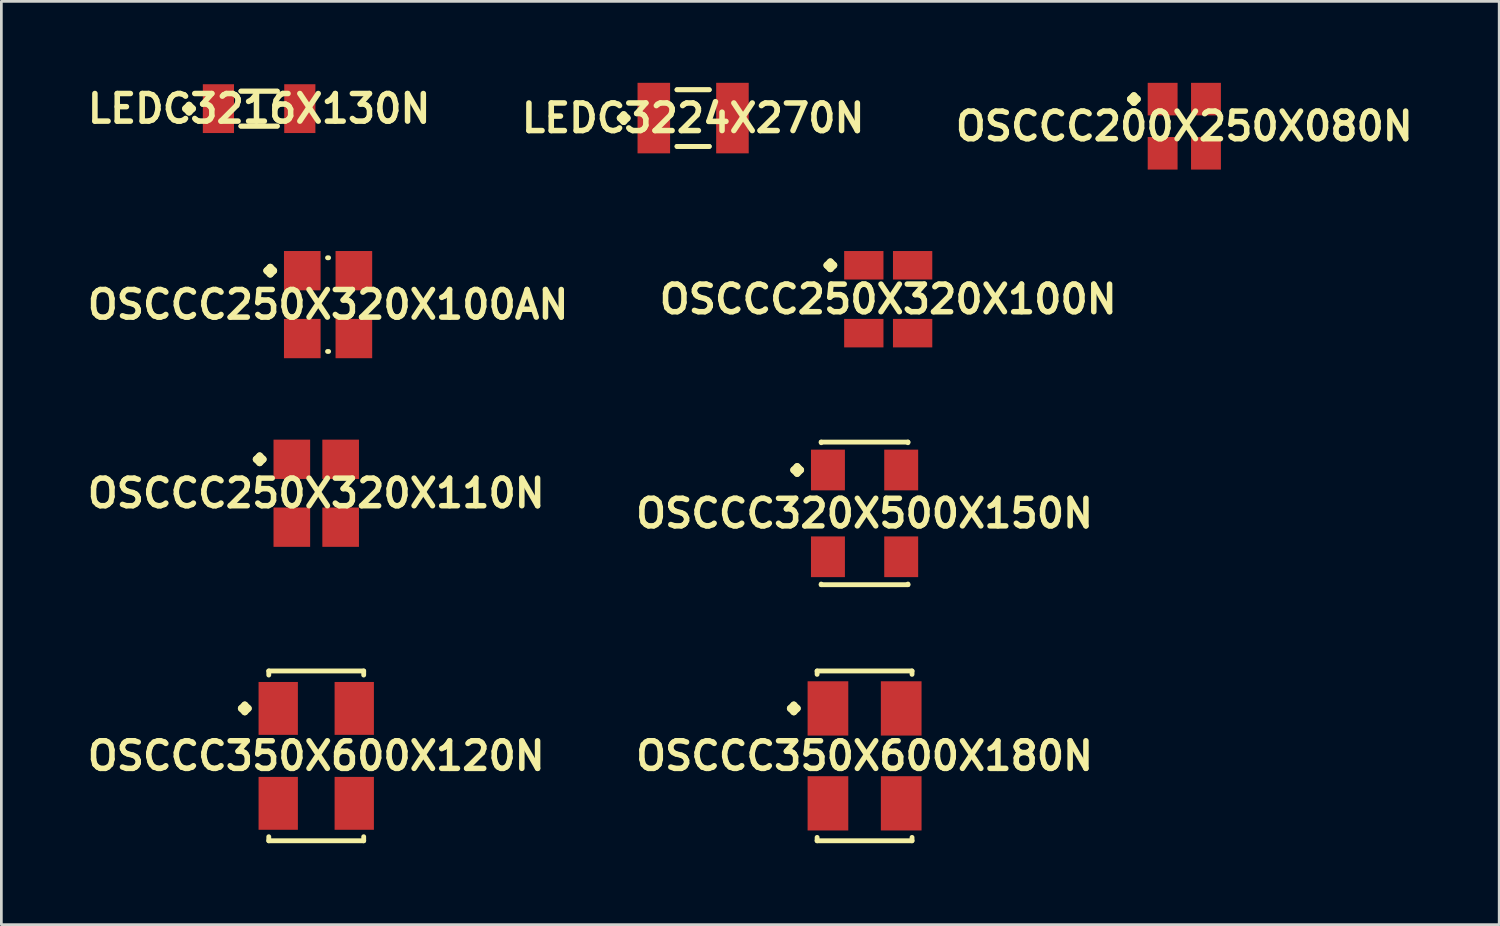
<source format=kicad_pcb>
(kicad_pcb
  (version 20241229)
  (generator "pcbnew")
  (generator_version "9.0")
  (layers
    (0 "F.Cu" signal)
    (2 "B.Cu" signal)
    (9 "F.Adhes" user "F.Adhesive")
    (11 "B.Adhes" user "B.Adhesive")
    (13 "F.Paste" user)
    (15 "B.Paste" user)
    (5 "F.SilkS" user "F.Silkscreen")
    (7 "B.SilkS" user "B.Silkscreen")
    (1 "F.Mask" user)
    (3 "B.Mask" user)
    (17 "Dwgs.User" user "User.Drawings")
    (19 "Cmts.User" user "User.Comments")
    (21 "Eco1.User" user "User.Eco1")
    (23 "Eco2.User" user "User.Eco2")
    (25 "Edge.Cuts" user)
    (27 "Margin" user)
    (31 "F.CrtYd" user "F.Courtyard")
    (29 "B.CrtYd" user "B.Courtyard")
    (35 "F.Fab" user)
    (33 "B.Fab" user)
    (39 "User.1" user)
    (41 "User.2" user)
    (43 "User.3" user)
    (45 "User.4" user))
  (footprint "OSCCC350X600X120N"
    (layer "F.Cu")
    (at 8.597 24.789)
    (property "Reference" "OSCCC350X600X120N" (at 0 0 0) (layer "F.SilkS") (effects (font (size 1.016 1.016) (thickness 0.203))))
    (attr smd)
    (fp_line (start -2.758 -1.748) (end -2.631 -1.875) (stroke (width 0.254) (type solid)) (layer "F.SilkS"))
    (fp_line (start -2.631 -1.875) (end -2.504 -1.748) (stroke (width 0.254) (type solid)) (layer "F.SilkS"))
    (fp_line (start -2.631 -1.621) (end -2.758 -1.748) (stroke (width 0.254) (type solid)) (layer "F.SilkS"))
    (fp_line (start -2.504 -1.748) (end -2.631 -1.621) (stroke (width 0.254) (type solid)) (layer "F.SilkS"))
    (fp_line (start -1.748 -3.127) (end 1.748 -3.127) (stroke (width 0.178) (type solid)) (layer "F.SilkS"))
    (fp_line (start -1.748 -2.977) (end -1.748 -3.127) (stroke (width 0.178) (type solid)) (layer "F.SilkS"))
    (fp_line (start -1.748 2.977) (end -1.748 3.127) (stroke (width 0.178) (type solid)) (layer "F.SilkS"))
    (fp_line (start -1.748 3.127) (end 1.748 3.127) (stroke (width 0.178) (type solid)) (layer "F.SilkS"))
    (fp_line (start 1.748 -3.127) (end 1.748 -2.977) (stroke (width 0.178) (type solid)) (layer "F.SilkS"))
    (fp_line (start 1.748 3.127) (end 1.748 2.977) (stroke (width 0.178) (type solid)) (layer "F.SilkS"))
    (pad "1" smd rect (at -1.4 -1.748) (size 1.448 1.948) (layers "F.Cu" "F.Mask" "F.Paste"))
    (pad "2" smd rect (at -1.4 1.748) (size 1.448 1.948) (layers "F.Cu" "F.Mask" "F.Paste"))
    (pad "3" smd rect (at 1.4 1.748) (size 1.448 1.948) (layers "F.Cu" "F.Mask" "F.Paste"))
    (pad "4" smd rect (at 1.4 -1.748) (size 1.448 1.948) (layers "F.Cu" "F.Mask" "F.Paste")))
  (footprint "OSCCC250X320X100N"
    (layer "F.Cu")
    (at 29.663 7.97)
    (property "Reference" "OSCCC250X320X100N" (at 0 0 0) (layer "F.SilkS") (effects (font (size 1.016 1.016) (thickness 0.203))))
    (attr smd)
    (fp_line (start -2.258 -1.25) (end -2.131 -1.377) (stroke (width 0.254) (type solid)) (layer "F.SilkS"))
    (fp_line (start -2.131 -1.377) (end -2.004 -1.25) (stroke (width 0.254) (type solid)) (layer "F.SilkS"))
    (fp_line (start -2.131 -1.123) (end -2.258 -1.25) (stroke (width 0.254) (type solid)) (layer "F.SilkS"))
    (fp_line (start -2.004 -1.25) (end -2.131 -1.123) (stroke (width 0.254) (type solid)) (layer "F.SilkS"))
    (pad "1" smd rect (at -0.899 -1.25) (size 1.448 1.049) (layers "F.Cu" "F.Mask" "F.Paste"))
    (pad "2" smd rect (at -0.899 1.25) (size 1.448 1.049) (layers "F.Cu" "F.Mask" "F.Paste"))
    (pad "3" smd rect (at 0.899 1.25) (size 1.448 1.049) (layers "F.Cu" "F.Mask" "F.Paste"))
    (pad "4" smd rect (at 0.899 -1.25) (size 1.448 1.049) (layers "F.Cu" "F.Mask" "F.Paste")))
  (footprint "OSCCC350X600X180N"
    (layer "F.Cu")
    (at 28.792 24.789)
    (property "Reference" "OSCCC350X600X180N" (at 0 0 0) (layer "F.SilkS") (effects (font (size 1.016 1.016) (thickness 0.203))))
    (attr smd)
    (fp_line (start -2.733 -1.748) (end -2.606 -1.875) (stroke (width 0.254) (type solid)) (layer "F.SilkS"))
    (fp_line (start -2.606 -1.875) (end -2.479 -1.748) (stroke (width 0.254) (type solid)) (layer "F.SilkS"))
    (fp_line (start -2.606 -1.621) (end -2.733 -1.748) (stroke (width 0.254) (type solid)) (layer "F.SilkS"))
    (fp_line (start -2.479 -1.748) (end -2.606 -1.621) (stroke (width 0.254) (type solid)) (layer "F.SilkS"))
    (fp_line (start -1.748 -3.127) (end 1.748 -3.127) (stroke (width 0.178) (type solid)) (layer "F.SilkS"))
    (fp_line (start -1.748 -3.002) (end -1.748 -3.127) (stroke (width 0.178) (type solid)) (layer "F.SilkS"))
    (fp_line (start -1.748 3.002) (end -1.748 3.127) (stroke (width 0.178) (type solid)) (layer "F.SilkS"))
    (fp_line (start -1.748 3.127) (end 1.748 3.127) (stroke (width 0.178) (type solid)) (layer "F.SilkS"))
    (fp_line (start 1.748 -3.127) (end 1.748 -3.002) (stroke (width 0.178) (type solid)) (layer "F.SilkS"))
    (fp_line (start 1.748 3.127) (end 1.748 3.002) (stroke (width 0.178) (type solid)) (layer "F.SilkS"))
    (pad "1" smd rect (at -1.349 -1.748) (size 1.499 1.999) (layers "F.Cu" "F.Mask" "F.Paste"))
    (pad "2" smd rect (at -1.349 1.748) (size 1.499 1.999) (layers "F.Cu" "F.Mask" "F.Paste"))
    (pad "3" smd rect (at 1.349 1.748) (size 1.499 1.999) (layers "F.Cu" "F.Mask" "F.Paste"))
    (pad "4" smd rect (at 1.349 -1.748) (size 1.499 1.999) (layers "F.Cu" "F.Mask" "F.Paste")))
  (footprint "LEDC3216X130N"
    (layer "F.Cu")
    (at 6.493 0.951)
    (property "Reference" "LEDC3216X130N" (at 0 0 0) (layer "F.SilkS") (effects (font (size 1.016 1.016) (thickness 0.203))))
    (attr smd)
    (fp_line (start -2.708 0) (end -2.581 -0.127) (stroke (width 0.254) (type solid)) (layer "F.SilkS"))
    (fp_line (start -2.581 -0.127) (end -2.454 0) (stroke (width 0.254) (type solid)) (layer "F.SilkS"))
    (fp_line (start -2.581 0.127) (end -2.708 0) (stroke (width 0.254) (type solid)) (layer "F.SilkS"))
    (fp_line (start -2.454 0) (end -2.581 0.127) (stroke (width 0.254) (type solid)) (layer "F.SilkS"))
    (fp_line (start -0.671 -0.645) (end 0.671 -0.645) (stroke (width 0.178) (type solid)) (layer "F.SilkS"))
    (fp_line (start -0.671 0.645) (end 0.671 0.645) (stroke (width 0.178) (type solid)) (layer "F.SilkS"))
    (fp_line (start 0.671 -0.645) (end -0.671 -0.645) (stroke (width 0.178) (type solid)) (layer "F.SilkS"))
    (fp_line (start 0.671 0.645) (end -0.671 0.645) (stroke (width 0.178) (type solid)) (layer "F.SilkS"))
    (pad "1" smd rect (at -1.499 0) (size 1.148 1.798) (layers "F.Cu" "F.Mask" "F.Paste"))
    (pad "2" smd rect (at 1.499 0) (size 1.148 1.798) (layers "F.Cu" "F.Mask" "F.Paste")))
  (footprint "OSCCC200X250X080N"
    (layer "F.Cu")
    (at 40.568 1.598)
    (property "Reference" "OSCCC200X250X080N" (at 0 0 0) (layer "F.SilkS") (effects (font (size 1.016 1.016) (thickness 0.203))))
    (attr smd)
    (fp_line (start -1.984 -0.998) (end -1.857 -1.125) (stroke (width 0.254) (type solid)) (layer "F.SilkS"))
    (fp_line (start -1.857 -1.125) (end -1.73 -0.998) (stroke (width 0.254) (type solid)) (layer "F.SilkS"))
    (fp_line (start -1.857 -0.871) (end -1.984 -0.998) (stroke (width 0.254) (type solid)) (layer "F.SilkS"))
    (fp_line (start -1.73 -0.998) (end -1.857 -0.871) (stroke (width 0.254) (type solid)) (layer "F.SilkS"))
    (pad "1" smd rect (at -0.798 -0.998) (size 1.1 1.199) (layers "F.Cu" "F.Mask" "F.Paste"))
    (pad "2" smd rect (at -0.798 0.998) (size 1.1 1.199) (layers "F.Cu" "F.Mask" "F.Paste"))
    (pad "3" smd rect (at 0.798 0.998) (size 1.1 1.199) (layers "F.Cu" "F.Mask" "F.Paste"))
    (pad "4" smd rect (at 0.798 -0.998) (size 1.1 1.199) (layers "F.Cu" "F.Mask" "F.Paste")))
  (footprint "OSCCC250X320X100AN"
    (layer "F.Cu")
    (at 9.033 8.169)
    (property "Reference" "OSCCC250X320X100AN" (at 0 0 0) (layer "F.SilkS") (effects (font (size 1.016 1.016) (thickness 0.203))))
    (attr smd)
    (fp_line (start -2.258 -1.25) (end -2.131 -1.377) (stroke (width 0.254) (type solid)) (layer "F.SilkS"))
    (fp_line (start -2.131 -1.377) (end -2.004 -1.25) (stroke (width 0.254) (type solid)) (layer "F.SilkS"))
    (fp_line (start -2.131 -1.123) (end -2.258 -1.25) (stroke (width 0.254) (type solid)) (layer "F.SilkS"))
    (fp_line (start -2.004 -1.25) (end -2.131 -1.123) (stroke (width 0.254) (type solid)) (layer "F.SilkS"))
    (fp_line (start -0.02 -1.725) (end 0.02 -1.725) (stroke (width 0.178) (type solid)) (layer "F.SilkS"))
    (fp_line (start -0.02 1.725) (end 0.02 1.725) (stroke (width 0.178) (type solid)) (layer "F.SilkS"))
    (pad "1" smd rect (at -0.95 -1.25) (size 1.349 1.448) (layers "F.Cu" "F.Mask" "F.Paste"))
    (pad "2" smd rect (at -0.95 1.25) (size 1.349 1.448) (layers "F.Cu" "F.Mask" "F.Paste"))
    (pad "3" smd rect (at 0.95 1.25) (size 1.349 1.448) (layers "F.Cu" "F.Mask" "F.Paste"))
    (pad "4" smd rect (at 0.95 -1.25) (size 1.349 1.448) (layers "F.Cu" "F.Mask" "F.Paste")))
  (footprint "OSCCC250X320X110N"
    (layer "F.Cu")
    (at 8.597 15.116)
    (property "Reference" "OSCCC250X320X110N" (at 0 0 0) (layer "F.SilkS") (effects (font (size 1.016 1.016) (thickness 0.203))))
    (attr smd)
    (fp_line (start -2.21 -1.25) (end -2.083 -1.377) (stroke (width 0.254) (type solid)) (layer "F.SilkS"))
    (fp_line (start -2.083 -1.377) (end -1.956 -1.25) (stroke (width 0.254) (type solid)) (layer "F.SilkS"))
    (fp_line (start -2.083 -1.123) (end -2.21 -1.25) (stroke (width 0.254) (type solid)) (layer "F.SilkS"))
    (fp_line (start -1.956 -1.25) (end -2.083 -1.123) (stroke (width 0.254) (type solid)) (layer "F.SilkS"))
    (pad "1" smd rect (at -0.899 -1.25) (size 1.349 1.448) (layers "F.Cu" "F.Mask" "F.Paste"))
    (pad "2" smd rect (at -0.899 1.25) (size 1.349 1.448) (layers "F.Cu" "F.Mask" "F.Paste"))
    (pad "3" smd rect (at 0.899 1.25) (size 1.349 1.448) (layers "F.Cu" "F.Mask" "F.Paste"))
    (pad "4" smd rect (at 0.899 -1.25) (size 1.349 1.448) (layers "F.Cu" "F.Mask" "F.Paste")))
  (footprint "LEDC3224X270N"
    (layer "F.Cu")
    (at 22.478 1.299)
    (property "Reference" "LEDC3224X270N" (at 0 0 0) (layer "F.SilkS") (effects (font (size 1.016 1.016) (thickness 0.203))))
    (attr smd)
    (fp_line (start -2.685 0) (end -2.558 -0.127) (stroke (width 0.254) (type solid)) (layer "F.SilkS"))
    (fp_line (start -2.558 -0.127) (end -2.431 0) (stroke (width 0.254) (type solid)) (layer "F.SilkS"))
    (fp_line (start -2.558 0.127) (end -2.685 0) (stroke (width 0.254) (type solid)) (layer "F.SilkS"))
    (fp_line (start -2.431 0) (end -2.558 0.127) (stroke (width 0.254) (type solid)) (layer "F.SilkS"))
    (fp_line (start -0.594 -1.044) (end 0.594 -1.044) (stroke (width 0.178) (type solid)) (layer "F.SilkS"))
    (fp_line (start -0.594 1.044) (end 0.594 1.044) (stroke (width 0.178) (type solid)) (layer "F.SilkS"))
    (fp_line (start 0.594 -1.044) (end -0.594 -1.044) (stroke (width 0.178) (type solid)) (layer "F.SilkS"))
    (fp_line (start 0.594 1.044) (end -0.594 1.044) (stroke (width 0.178) (type solid)) (layer "F.SilkS"))
    (pad "1" smd rect (at -1.448 0) (size 1.199 2.598) (layers "F.Cu" "F.Mask" "F.Paste"))
    (pad "2" smd rect (at 1.448 0) (size 1.199 2.598) (layers "F.Cu" "F.Mask" "F.Paste")))
  (footprint "OSCCC320X500X150N"
    (layer "F.Cu")
    (at 28.792 15.858)
    (property "Reference" "OSCCC320X500X150N" (at 0 0 0) (layer "F.SilkS") (effects (font (size 1.016 1.016) (thickness 0.203))))
    (attr smd)
    (fp_line (start -2.609 -1.598) (end -2.482 -1.725) (stroke (width 0.254) (type solid)) (layer "F.SilkS"))
    (fp_line (start -2.482 -1.725) (end -2.355 -1.598) (stroke (width 0.254) (type solid)) (layer "F.SilkS"))
    (fp_line (start -2.482 -1.471) (end -2.609 -1.598) (stroke (width 0.254) (type solid)) (layer "F.SilkS"))
    (fp_line (start -2.355 -1.598) (end -2.482 -1.471) (stroke (width 0.254) (type solid)) (layer "F.SilkS"))
    (fp_line (start -1.598 -2.626) (end 1.598 -2.626) (stroke (width 0.178) (type solid)) (layer "F.SilkS"))
    (fp_line (start -1.598 -2.603) (end -1.598 -2.626) (stroke (width 0.178) (type solid)) (layer "F.SilkS"))
    (fp_line (start -1.598 2.603) (end -1.598 2.626) (stroke (width 0.178) (type solid)) (layer "F.SilkS"))
    (fp_line (start -1.598 2.626) (end 1.598 2.626) (stroke (width 0.178) (type solid)) (layer "F.SilkS"))
    (fp_line (start 1.598 -2.626) (end 1.598 -2.603) (stroke (width 0.178) (type solid)) (layer "F.SilkS"))
    (fp_line (start 1.598 2.626) (end 1.598 2.603) (stroke (width 0.178) (type solid)) (layer "F.SilkS"))
    (pad "1" smd rect (at -1.349 -1.598) (size 1.25 1.499) (layers "F.Cu" "F.Mask" "F.Paste"))
    (pad "2" smd rect (at -1.349 1.598) (size 1.25 1.499) (layers "F.Cu" "F.Mask" "F.Paste"))
    (pad "3" smd rect (at 1.349 1.598) (size 1.25 1.499) (layers "F.Cu" "F.Mask" "F.Paste"))
    (pad "4" smd rect (at 1.349 -1.598) (size 1.25 1.499) (layers "F.Cu" "F.Mask" "F.Paste")))
  (gr_rect
    (start -3 -3)
    (end 52.165 31.004)
    (stroke (width 0.1) (type default))
    (fill no)
    (layer "Edge.Cuts")))
</source>
